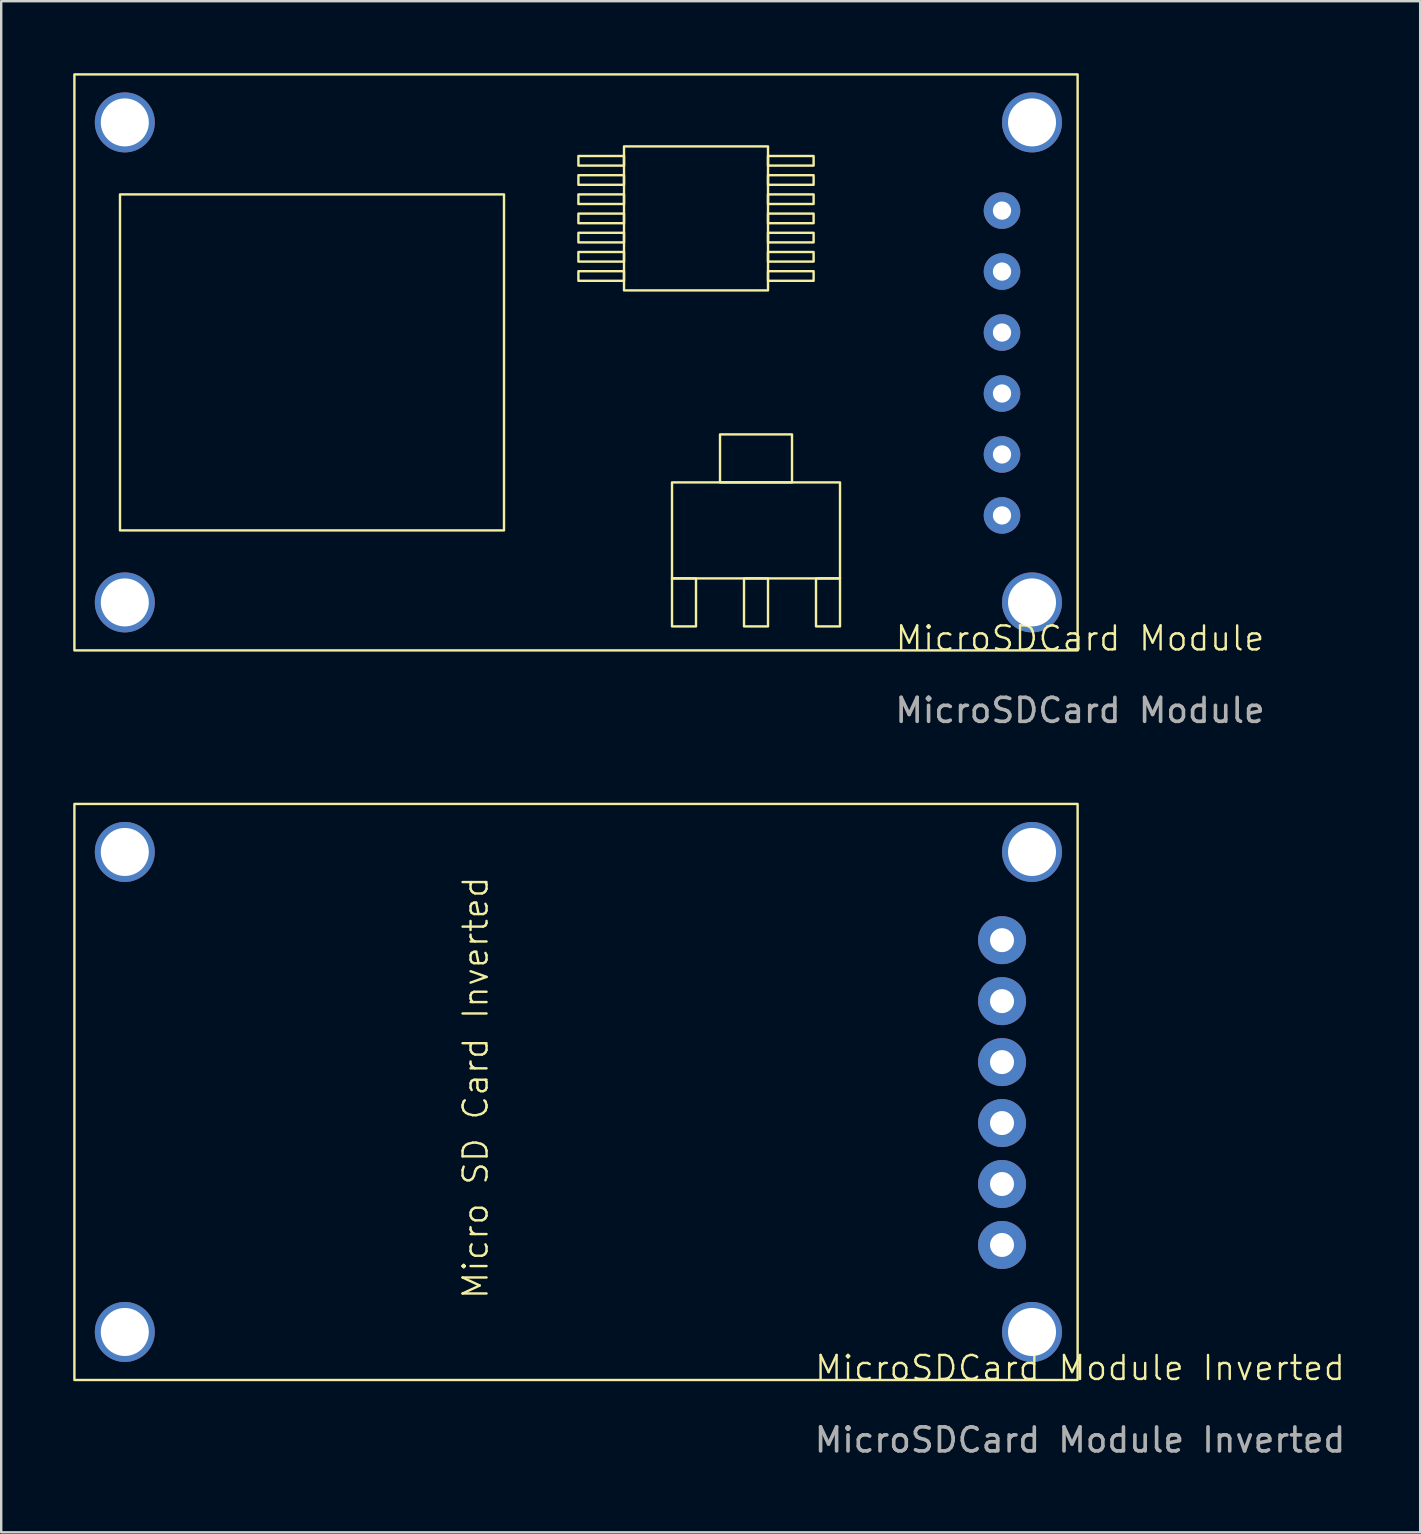
<source format=kicad_pcb>
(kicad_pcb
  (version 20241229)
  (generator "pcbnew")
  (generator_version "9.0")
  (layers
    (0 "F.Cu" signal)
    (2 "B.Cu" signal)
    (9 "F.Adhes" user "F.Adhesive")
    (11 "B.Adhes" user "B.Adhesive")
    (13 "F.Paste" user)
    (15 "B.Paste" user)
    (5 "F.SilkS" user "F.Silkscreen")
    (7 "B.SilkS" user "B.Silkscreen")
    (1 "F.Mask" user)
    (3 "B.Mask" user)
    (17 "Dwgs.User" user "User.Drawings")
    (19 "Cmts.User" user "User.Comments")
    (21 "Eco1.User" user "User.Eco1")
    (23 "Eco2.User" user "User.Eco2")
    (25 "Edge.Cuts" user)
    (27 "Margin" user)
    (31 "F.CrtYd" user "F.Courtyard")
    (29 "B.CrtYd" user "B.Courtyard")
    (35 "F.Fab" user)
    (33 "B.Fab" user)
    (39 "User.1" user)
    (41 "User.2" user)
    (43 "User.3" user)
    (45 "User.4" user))
  (footprint "MicroSDCard Module"
    (layer "F.Cu")
    (at 41.95 24.05)
    (property "Reference" "MicroSDCard Module" (at 0 -0.5 0) (unlocked yes) (layer "F.SilkS") (effects (font (size 1 1) (thickness 0.1))))
    (attr through_hole)
    (fp_rect (start -41.9 -24) (end -0.1 0) (stroke (width 0.1) (type default)) (fill no) (layer "F.SilkS"))
    (fp_rect (start -40 -19) (end -24 -5) (stroke (width 0.1) (type default)) (fill no) (layer "F.SilkS"))
    (fp_rect (start -20.9 -20.6) (end -19 -20.2) (stroke (width 0.1) (type default)) (fill no) (layer "F.SilkS"))
    (fp_rect (start -20.9 -19.8) (end -19 -19.4) (stroke (width 0.1) (type default)) (fill no) (layer "F.SilkS"))
    (fp_rect (start -20.9 -19) (end -19 -18.6) (stroke (width 0.1) (type default)) (fill no) (layer "F.SilkS"))
    (fp_rect (start -20.9 -18.2) (end -19 -17.8) (stroke (width 0.1) (type default)) (fill no) (layer "F.SilkS"))
    (fp_rect (start -20.9 -17.4) (end -19 -17) (stroke (width 0.1) (type default)) (fill no) (layer "F.SilkS"))
    (fp_rect (start -20.9 -16.6) (end -19 -16.2) (stroke (width 0.1) (type default)) (fill no) (layer "F.SilkS"))
    (fp_rect (start -20.9 -15.8) (end -19 -15.4) (stroke (width 0.1) (type default)) (fill no) (layer "F.SilkS"))
    (fp_rect (start -19 -21) (end -13 -15) (stroke (width 0.1) (type default)) (fill no) (layer "F.SilkS"))
    (fp_rect (start -17 -7) (end -10 -3) (stroke (width 0.1) (type default)) (fill no) (layer "F.SilkS"))
    (fp_rect (start -17 -3) (end -16 -1) (stroke (width 0.1) (type default)) (fill no) (layer "F.SilkS"))
    (fp_rect (start -15 -9) (end -12 -7) (stroke (width 0.1) (type default)) (fill no) (layer "F.SilkS"))
    (fp_rect (start -14 -3) (end -13 -1) (stroke (width 0.1) (type default)) (fill no) (layer "F.SilkS"))
    (fp_rect (start -13 -20.6) (end -11.1 -20.2) (stroke (width 0.1) (type default)) (fill no) (layer "F.SilkS"))
    (fp_rect (start -13 -19.8) (end -11.1 -19.4) (stroke (width 0.1) (type default)) (fill no) (layer "F.SilkS"))
    (fp_rect (start -13 -19) (end -11.1 -18.6) (stroke (width 0.1) (type default)) (fill no) (layer "F.SilkS"))
    (fp_rect (start -13 -18.2) (end -11.1 -17.8) (stroke (width 0.1) (type default)) (fill no) (layer "F.SilkS"))
    (fp_rect (start -13 -17.4) (end -11.1 -17) (stroke (width 0.1) (type default)) (fill no) (layer "F.SilkS"))
    (fp_rect (start -13 -16.6) (end -11.1 -16.2) (stroke (width 0.1) (type default)) (fill no) (layer "F.SilkS"))
    (fp_rect (start -13 -15.8) (end -11.1 -15.4) (stroke (width 0.1) (type default)) (fill no) (layer "F.SilkS"))
    (fp_rect (start -11 -3) (end -10 -1) (stroke (width 0.1) (type default)) (fill no) (layer "F.SilkS"))
    (fp_text user "${REFERENCE}" (at 0 2.5 0) (unlocked yes) (layer "F.Fab") (effects (font (size 1 1) (thickness 0.15))))
    (pad "1" thru_hole circle (at -3.25 -18.325) (size 1.524 1.524) (drill 0.762) (layers "*.Cu" "*.Mask"))
    (pad "2" thru_hole circle (at -3.25 -15.785) (size 1.524 1.524) (drill 0.762) (layers "*.Cu" "*.Mask"))
    (pad "3" thru_hole circle (at -3.25 -13.245) (size 1.524 1.524) (drill 0.762) (layers "*.Cu" "*.Mask"))
    (pad "4" thru_hole circle (at -3.25 -10.705) (size 1.524 1.524) (drill 0.762) (layers "*.Cu" "*.Mask"))
    (pad "5" thru_hole circle (at -3.25 -8.165) (size 1.524 1.524) (drill 0.762) (layers "*.Cu" "*.Mask"))
    (pad "6" thru_hole circle (at -3.25 -5.625) (size 1.524 1.524) (drill 0.762) (layers "*.Cu" "*.Mask"))
    (pad "7" thru_hole circle (at -2 -22) (size 2.5 2.5) (drill 2) (layers "*.Cu" "*.Mask"))
    (pad "7" thru_hole circle (at -2 -2) (size 2.5 2.5) (drill 2) (layers "*.Cu" "*.Mask"))
    (pad "8" thru_hole circle (at -39.8 -22) (size 2.5 2.5) (drill 2) (layers "*.Cu" "*.Mask"))
    (pad "9" thru_hole circle (at -39.8 -2) (size 2.5 2.5) (drill 2) (layers "*.Cu" "*.Mask")))
  (footprint "MicroSDCard Module Inverted"
    (layer "F.Cu")
    (at 41.95 54.448)
    (property "Reference" "MicroSDCard Module Inverted" (at 0 -0.5 0) (unlocked yes) (layer "F.SilkS") (effects (font (size 1 1) (thickness 0.1))))
    (attr through_hole)
    (fp_rect (start -41.9 -24) (end -0.1 0) (stroke (width 0.1) (type default)) (fill no) (layer "F.SilkS"))
    (fp_text user "Micro SD Card Inverted" (at -24.6 -3.3 90) (unlocked yes) (layer "F.SilkS") (effects (font (size 1 1) (thickness 0.1)) (justify left bottom)))
    (fp_text user "${REFERENCE}" (at 0 2.5 0) (unlocked yes) (layer "F.Fab") (effects (font (size 1 1) (thickness 0.15))))
    (pad "1" thru_hole circle (at -3.25 -5.625) (size 2 2) (drill 1) (layers "*.Cu" "B.Mask"))
    (pad "2" thru_hole circle (at -3.25 -8.165) (size 2 2) (drill 1) (layers "*.Cu" "B.Mask"))
    (pad "3" thru_hole circle (at -3.25 -10.705) (size 2 2) (drill 1) (layers "*.Cu" "B.Mask"))
    (pad "4" thru_hole circle (at -3.25 -13.245) (size 2 2) (drill 1) (layers "*.Cu" "B.Mask"))
    (pad "5" thru_hole circle (at -3.25 -15.785) (size 2 2) (drill 1) (layers "*.Cu" "B.Mask"))
    (pad "6" thru_hole circle (at -3.25 -18.325) (size 2 2) (drill 1) (layers "*.Cu" "B.Mask"))
    (pad "7" thru_hole circle (at -2 -22) (size 2.5 2.5) (drill 2) (layers "*.Cu" "*.Mask"))
    (pad "7" thru_hole circle (at -2 -2) (size 2.5 2.5) (drill 2) (layers "*.Cu" "*.Mask"))
    (pad "8" thru_hole circle (at -39.8 -22) (size 2.5 2.5) (drill 2) (layers "*.Cu" "*.Mask"))
    (pad "9" thru_hole circle (at -39.8 -2) (size 2.5 2.5) (drill 2) (layers "*.Cu" "*.Mask")))
  (gr_rect
    (start -3 -3)
    (end 56.123 60.797)
    (stroke (width 0.1) (type default))
    (fill no)
    (layer "Edge.Cuts")))
</source>
